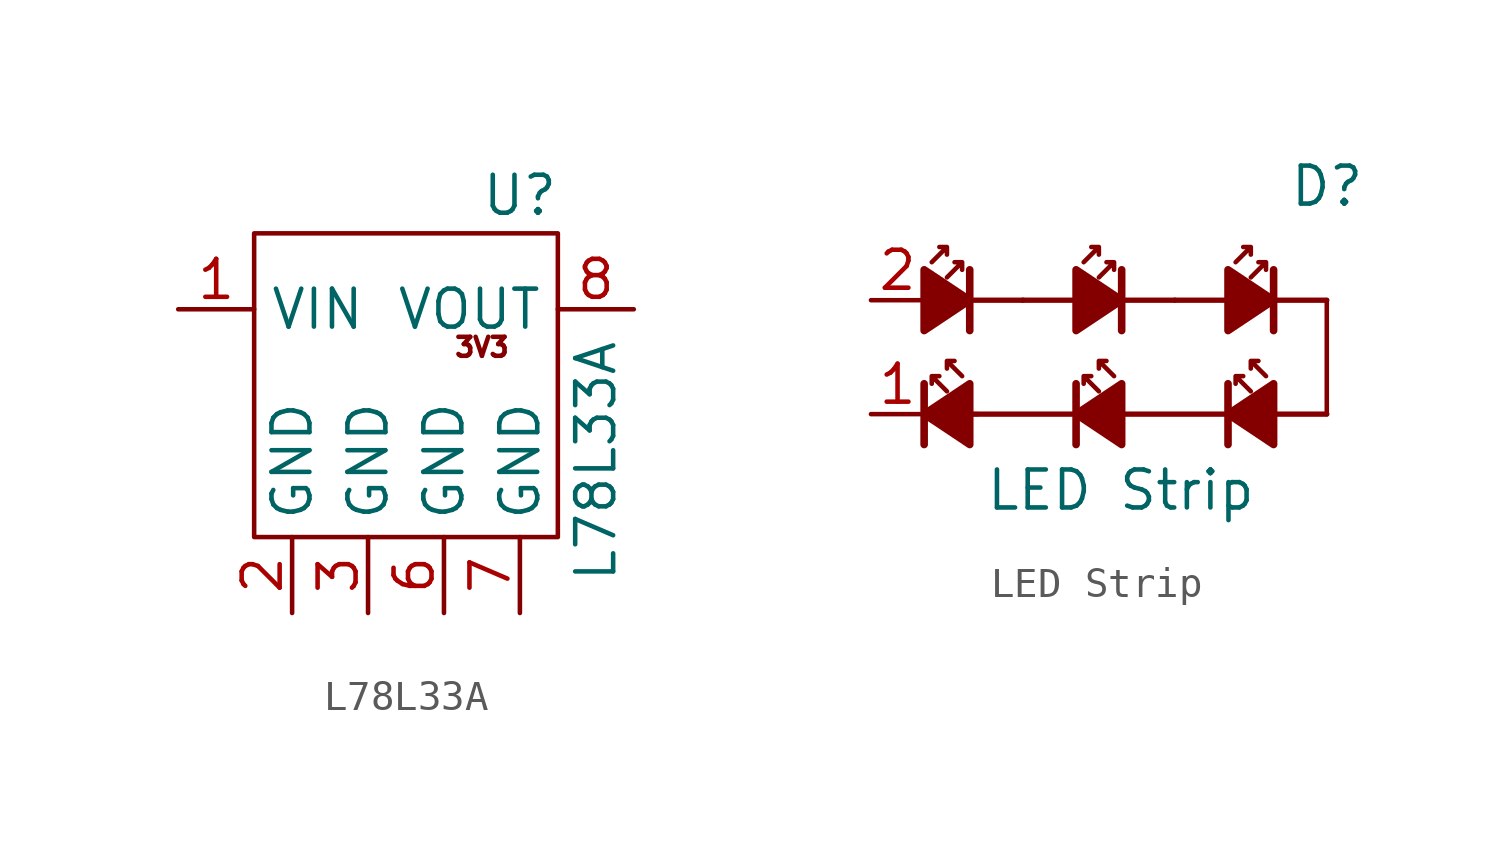
<source format=kicad_sym>
(kicad_symbol_lib
  (version 20211014)
  (generator kicad_symbol_editor)
  (symbol "L78L33A"
    (property "Reference" "U"
      (at 3.81 6.35 0)
      (effects (font (size 1.27 1.27))))
    (property "Value" "L78L33A"
      (at 6.35 -2.54 90)
      (effects (font (size 1.27 1.27))))
    (symbol "L78L33A_0_0"
      (text "3V3" (at 2.54 1.27 0) (effects (font (size 0.635 0.635)))))
    (symbol "L78L33A_1_0"
      (rectangle (start -5.08 5.08) (end 5.08 -5.08) (stroke (width 0) (type default) (color 0 0 0 0)) (fill (type none))))
    (symbol "L78L33A_1_1"
      (pin power_in line (at -7.62 2.54 0) (length 2.54) (name "VIN" (effects (font (size 1.27 1.27)))) (number "1" (effects (font (size 1.27 1.27)))))
      (pin power_in line (at -3.81 -7.62 90) (length 2.54) (name "GND" (effects (font (size 1.27 1.27)))) (number "2" (effects (font (size 1.27 1.27)))))
      (pin power_in line (at -1.27 -7.62 90) (length 2.54) (name "GND" (effects (font (size 1.27 1.27)))) (number "3" (effects (font (size 1.27 1.27)))))
      (pin no_connect line (at -7.62 0 0) (length 2.54) hide (name "NC1" (effects (font (size 1.27 1.27)))) (number "4" (effects (font (size 1.27 1.27)))))
      (pin no_connect line (at 7.62 0 180) (length 2.54) hide (name "NC2" (effects (font (size 1.27 1.27)))) (number "5" (effects (font (size 1.27 1.27)))))
      (pin power_in line (at 1.27 -7.62 90) (length 2.54) (name "GND" (effects (font (size 1.27 1.27)))) (number "6" (effects (font (size 1.27 1.27)))))
      (pin power_in line (at 3.81 -7.62 90) (length 2.54) (name "GND" (effects (font (size 1.27 1.27)))) (number "7" (effects (font (size 1.27 1.27)))))
      (pin power_out line (at 7.62 2.54 180) (length 2.54) (name "VOUT" (effects (font (size 1.27 1.27)))) (number "8" (effects (font (size 1.27 1.27)))))))
  (symbol "LED Strip"
    (pin_names
      (offset 0.254) hide)
    (property "Reference" "D"
      (at 11.43 7.62 0)
      (effects (font (size 1.27 1.27)) (justify left)))
    (property "Value" "LED Strip"
      (at 1.27 -2.54 0)
      (effects (font (size 1.27 1.27)) (justify left)))
    (symbol "LED Strip_0_1"
      (polyline (pts (xy -0.762 -1.016) (xy -0.762 1.016)) (stroke (width 0.254) (type default) (color 0 0 0 0)) (fill (type none)))
      (polyline (pts (xy 0 3.81) (xy 2.54 3.81)) (stroke (width 0.178) (type default) (color 0 0 0 0)) (fill (type none)))
      (polyline (pts (xy 0.762 4.826) (xy 0.762 2.794)) (stroke (width 0.254) (type default) (color 0 0 0 0)) (fill (type none)))
      (polyline (pts (xy 1.016 0) (xy -0.762 0)) (stroke (width 0) (type default) (color 0 0 0 0)) (fill (type none)))
      (polyline (pts (xy 2.54 3.81) (xy 5.08 3.81)) (stroke (width 0.178) (type default) (color 0 0 0 0)) (fill (type none)))
      (polyline (pts (xy 4.318 -1.016) (xy 4.318 1.016)) (stroke (width 0.254) (type default) (color 0 0 0 0)) (fill (type none)))
      (polyline (pts (xy 5.08 0) (xy 0 0)) (stroke (width 0.178) (type default) (color 0 0 0 0)) (fill (type none)))
      (polyline (pts (xy 5.08 3.81) (xy 7.62 3.81)) (stroke (width 0.178) (type default) (color 0 0 0 0)) (fill (type none)))
      (polyline (pts (xy 5.842 4.826) (xy 5.842 2.794)) (stroke (width 0.254) (type default) (color 0 0 0 0)) (fill (type none)))
      (polyline (pts (xy 7.62 3.81) (xy 10.16 3.81)) (stroke (width 0.178) (type default) (color 0 0 0 0)) (fill (type none)))
      (polyline (pts (xy 9.398 -1.016) (xy 9.398 1.016)) (stroke (width 0.254) (type default) (color 0 0 0 0)) (fill (type none)))
      (polyline (pts (xy 10.16 0) (xy 5.08 0)) (stroke (width 0.178) (type default) (color 0 0 0 0)) (fill (type none)))
      (polyline (pts (xy 10.16 3.81) (xy 12.7 3.81)) (stroke (width 0.178) (type default) (color 0 0 0 0)) (fill (type none)))
      (polyline (pts (xy 10.922 4.826) (xy 10.922 2.794)) (stroke (width 0.254) (type default) (color 0 0 0 0)) (fill (type none)))
      (polyline (pts (xy 12.7 0) (xy 10.16 0)) (stroke (width 0.178) (type default) (color 0 0 0 0)) (fill (type none)))
      (polyline (pts (xy 12.7 3.81) (xy 12.7 0)) (stroke (width 0) (type default) (color 0 0 0 0)) (fill (type none)))
      (polyline (pts (xy -0.762 2.794) (xy 0.762 3.81) (xy -0.762 4.826) (xy -0.762 2.794)) (stroke (width 0.254) (type default) (color 0 0 0 0)) (fill (type outline)))
      (polyline (pts (xy 0.762 -1.016) (xy -0.762 0) (xy 0.762 1.016) (xy 0.762 -1.016)) (stroke (width 0.254) (type default) (color 0 0 0 0)) (fill (type outline)))
      (polyline (pts (xy 4.318 2.794) (xy 5.842 3.81) (xy 4.318 4.826) (xy 4.318 2.794)) (stroke (width 0.254) (type default) (color 0 0 0 0)) (fill (type outline)))
      (polyline (pts (xy 5.842 -1.016) (xy 4.318 0) (xy 5.842 1.016) (xy 5.842 -1.016)) (stroke (width 0.254) (type default) (color 0 0 0 0)) (fill (type outline)))
      (polyline (pts (xy 9.398 2.794) (xy 10.922 3.81) (xy 9.398 4.826) (xy 9.398 2.794)) (stroke (width 0.254) (type default) (color 0 0 0 0)) (fill (type outline)))
      (polyline (pts (xy 10.922 -1.016) (xy 9.398 0) (xy 10.922 1.016) (xy 10.922 -1.016)) (stroke (width 0.254) (type default) (color 0 0 0 0)) (fill (type outline)))
      (polyline (pts (xy -0.508 5.08) (xy 0 5.588) (xy -0.254 5.588) (xy 0 5.588) (xy 0 5.334)) (stroke (width 0) (type default) (color 0 0 0 0)) (fill (type none)))
      (polyline (pts (xy 0 0.762) (xy -0.508 1.27) (xy -0.254 1.27) (xy -0.508 1.27) (xy -0.508 1.016)) (stroke (width 0) (type default) (color 0 0 0 0)) (fill (type none)))
      (polyline (pts (xy 0 4.572) (xy 0.508 5.08) (xy 0.254 5.08) (xy 0.508 5.08) (xy 0.508 4.826)) (stroke (width 0) (type default) (color 0 0 0 0)) (fill (type none)))
      (polyline (pts (xy 0.508 1.27) (xy 0 1.778) (xy 0.254 1.778) (xy 0 1.778) (xy 0 1.524)) (stroke (width 0) (type default) (color 0 0 0 0)) (fill (type none)))
      (polyline (pts (xy 4.572 5.08) (xy 5.08 5.588) (xy 4.826 5.588) (xy 5.08 5.588) (xy 5.08 5.334)) (stroke (width 0) (type default) (color 0 0 0 0)) (fill (type none)))
      (polyline (pts (xy 5.08 0.762) (xy 4.572 1.27) (xy 4.826 1.27) (xy 4.572 1.27) (xy 4.572 1.016)) (stroke (width 0) (type default) (color 0 0 0 0)) (fill (type none)))
      (polyline (pts (xy 5.08 4.572) (xy 5.588 5.08) (xy 5.334 5.08) (xy 5.588 5.08) (xy 5.588 4.826)) (stroke (width 0) (type default) (color 0 0 0 0)) (fill (type none)))
      (polyline (pts (xy 5.588 1.27) (xy 5.08 1.778) (xy 5.334 1.778) (xy 5.08 1.778) (xy 5.08 1.524)) (stroke (width 0) (type default) (color 0 0 0 0)) (fill (type none)))
      (polyline (pts (xy 9.652 5.08) (xy 10.16 5.588) (xy 9.906 5.588) (xy 10.16 5.588) (xy 10.16 5.334)) (stroke (width 0) (type default) (color 0 0 0 0)) (fill (type none)))
      (polyline (pts (xy 10.16 0.762) (xy 9.652 1.27) (xy 9.906 1.27) (xy 9.652 1.27) (xy 9.652 1.016)) (stroke (width 0) (type default) (color 0 0 0 0)) (fill (type none)))
      (polyline (pts (xy 10.16 4.572) (xy 10.668 5.08) (xy 10.414 5.08) (xy 10.668 5.08) (xy 10.668 4.826)) (stroke (width 0) (type default) (color 0 0 0 0)) (fill (type none)))
      (polyline (pts (xy 10.668 1.27) (xy 10.16 1.778) (xy 10.414 1.778) (xy 10.16 1.778) (xy 10.16 1.524)) (stroke (width 0) (type default) (color 0 0 0 0)) (fill (type none))))
    (symbol "LED Strip_1_1"
      (pin passive line (at -2.54 0 0) (length 1.778) (name "K" (effects (font (size 1.27 1.27)))) (number "1" (effects (font (size 1.27 1.27)))))
      (pin passive line (at -2.54 3.81 0) (length 1.778) (name "A" (effects (font (size 1.27 1.27)))) (number "2" (effects (font (size 1.27 1.27))))))))
</source>
